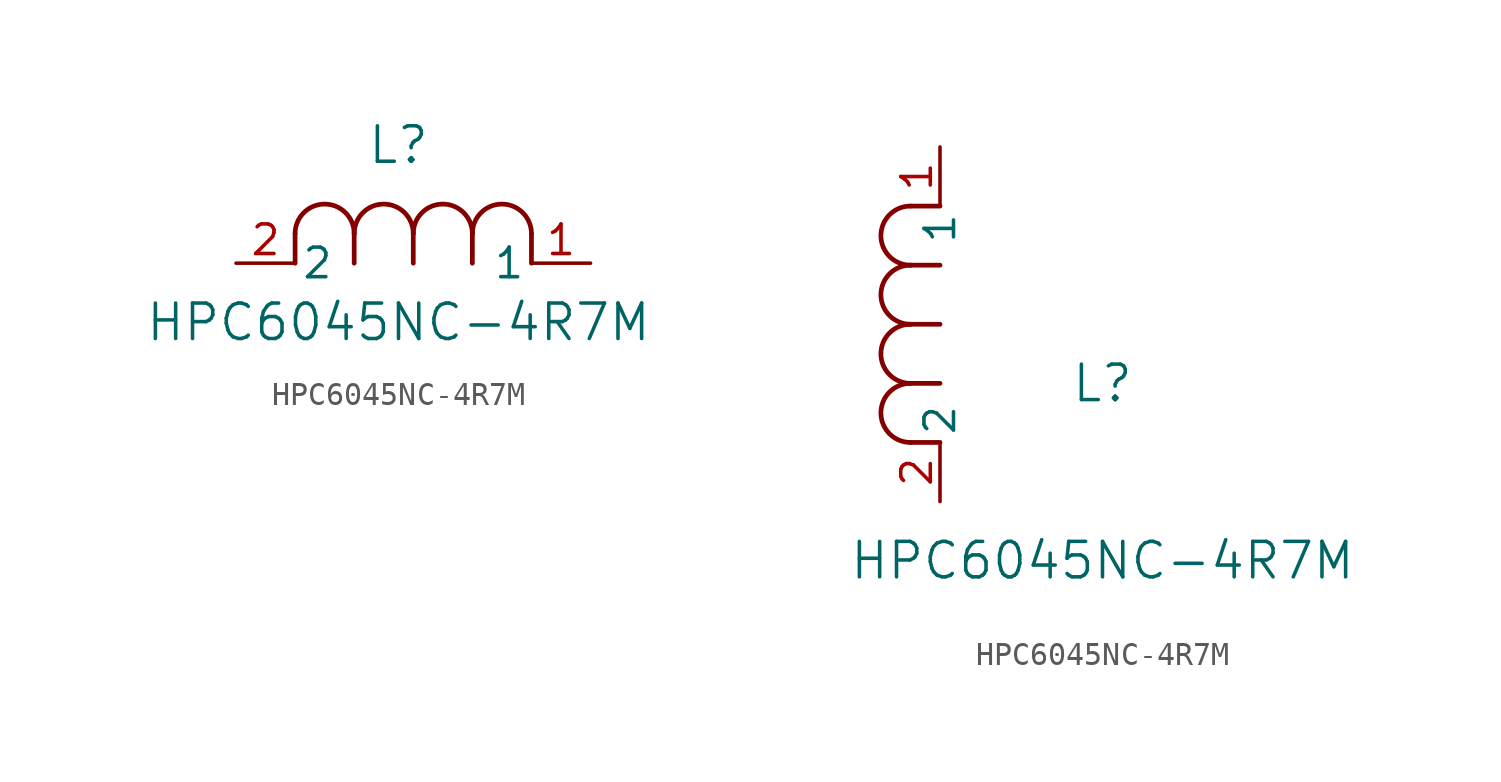
<source format=kicad_sym>
(kicad_symbol_lib
  (version 20211014)
  (generator kicad_symbol_editor)
  (symbol "HPC6045NC-4R7M"
    (pin_names
      (offset 0.254))
    (property "Reference" "L"
      (at 6.985 5.08 0)
      (effects (font (size 1.524 1.524))))
    (property "Value" "HPC6045NC-4R7M"
      (at 6.985 -2.54 0)
      (effects (font (size 1.524 1.524))))
    (symbol "HPC6045NC-4R7M_1_1"
      (arc (start 7.62 1.27) (mid 6.35 2.54) (end 5.08 1.27) (stroke (width 0.2032) (type default) (color 0 0 0 0)) (fill (type none)))
      (polyline (pts (xy 5.08 0) (xy 5.08 1.27)) (stroke (width 0.203) (type default) (color 0 0 0 0)) (fill (type none)))
      (polyline (pts (xy 7.62 0) (xy 7.62 1.27)) (stroke (width 0.203) (type default) (color 0 0 0 0)) (fill (type none)))
      (polyline (pts (xy 12.7 0) (xy 12.7 1.27)) (stroke (width 0.203) (type default) (color 0 0 0 0)) (fill (type none)))
      (arc (start 5.08 1.27) (mid 3.81 2.54) (end 2.54 1.27) (stroke (width 0.2032) (type default) (color 0 0 0 0)) (fill (type none)))
      (arc (start 10.16 1.27) (mid 8.89 2.54) (end 7.62 1.27) (stroke (width 0.2032) (type default) (color 0 0 0 0)) (fill (type none)))
      (arc (start 12.7 1.27) (mid 11.43 2.54) (end 10.16 1.27) (stroke (width 0.2032) (type default) (color 0 0 0 0)) (fill (type none)))
      (polyline (pts (xy 2.54 0) (xy 2.54 1.27)) (stroke (width 0.203) (type default) (color 0 0 0 0)) (fill (type none)))
      (polyline (pts (xy 10.16 0) (xy 10.16 1.27)) (stroke (width 0.203) (type default) (color 0 0 0 0)) (fill (type none)))
      (pin unspecified line (at 0 0 0) (length 2.54) (name "2" (effects (font (size 1.27 1.27)))) (number "2" (effects (font (size 1.27 1.27)))))
      (pin unspecified line (at 15.24 0 180) (length 2.54) (name "1" (effects (font (size 1.27 1.27)))) (number "1" (effects (font (size 1.27 1.27))))))
    (symbol "HPC6045NC-4R7M_1_2"
      (arc (start -1.27 7.62) (mid -2.54 6.35) (end -1.27 5.08) (stroke (width 0.2032) (type default) (color 0 0 0 0)) (fill (type none)))
      (arc (start -1.27 5.08) (mid -2.54 3.81) (end -1.27 2.54) (stroke (width 0.2032) (type default) (color 0 0 0 0)) (fill (type none)))
      (arc (start -1.27 12.7) (mid -2.54 11.43) (end -1.27 10.16) (stroke (width 0.2032) (type default) (color 0 0 0 0)) (fill (type none)))
      (arc (start -1.27 10.16) (mid -2.54 8.89) (end -1.27 7.62) (stroke (width 0.2032) (type default) (color 0 0 0 0)) (fill (type none)))
      (polyline (pts (xy 0 7.62) (xy -1.27 7.62)) (stroke (width 0.203) (type default) (color 0 0 0 0)) (fill (type none)))
      (polyline (pts (xy 0 5.08) (xy -1.27 5.08)) (stroke (width 0.203) (type default) (color 0 0 0 0)) (fill (type none)))
      (polyline (pts (xy 0 12.7) (xy -1.27 12.7)) (stroke (width 0.203) (type default) (color 0 0 0 0)) (fill (type none)))
      (polyline (pts (xy 0 2.54) (xy -1.27 2.54)) (stroke (width 0.203) (type default) (color 0 0 0 0)) (fill (type none)))
      (polyline (pts (xy 0 10.16) (xy -1.27 10.16)) (stroke (width 0.203) (type default) (color 0 0 0 0)) (fill (type none)))
      (pin unspecified line (at 0 0 90) (length 2.54) (name "2" (effects (font (size 1.27 1.27)))) (number "2" (effects (font (size 1.27 1.27)))))
      (pin unspecified line (at 0 15.24 270) (length 2.54) (name "1" (effects (font (size 1.27 1.27)))) (number "1" (effects (font (size 1.27 1.27))))))))
</source>
